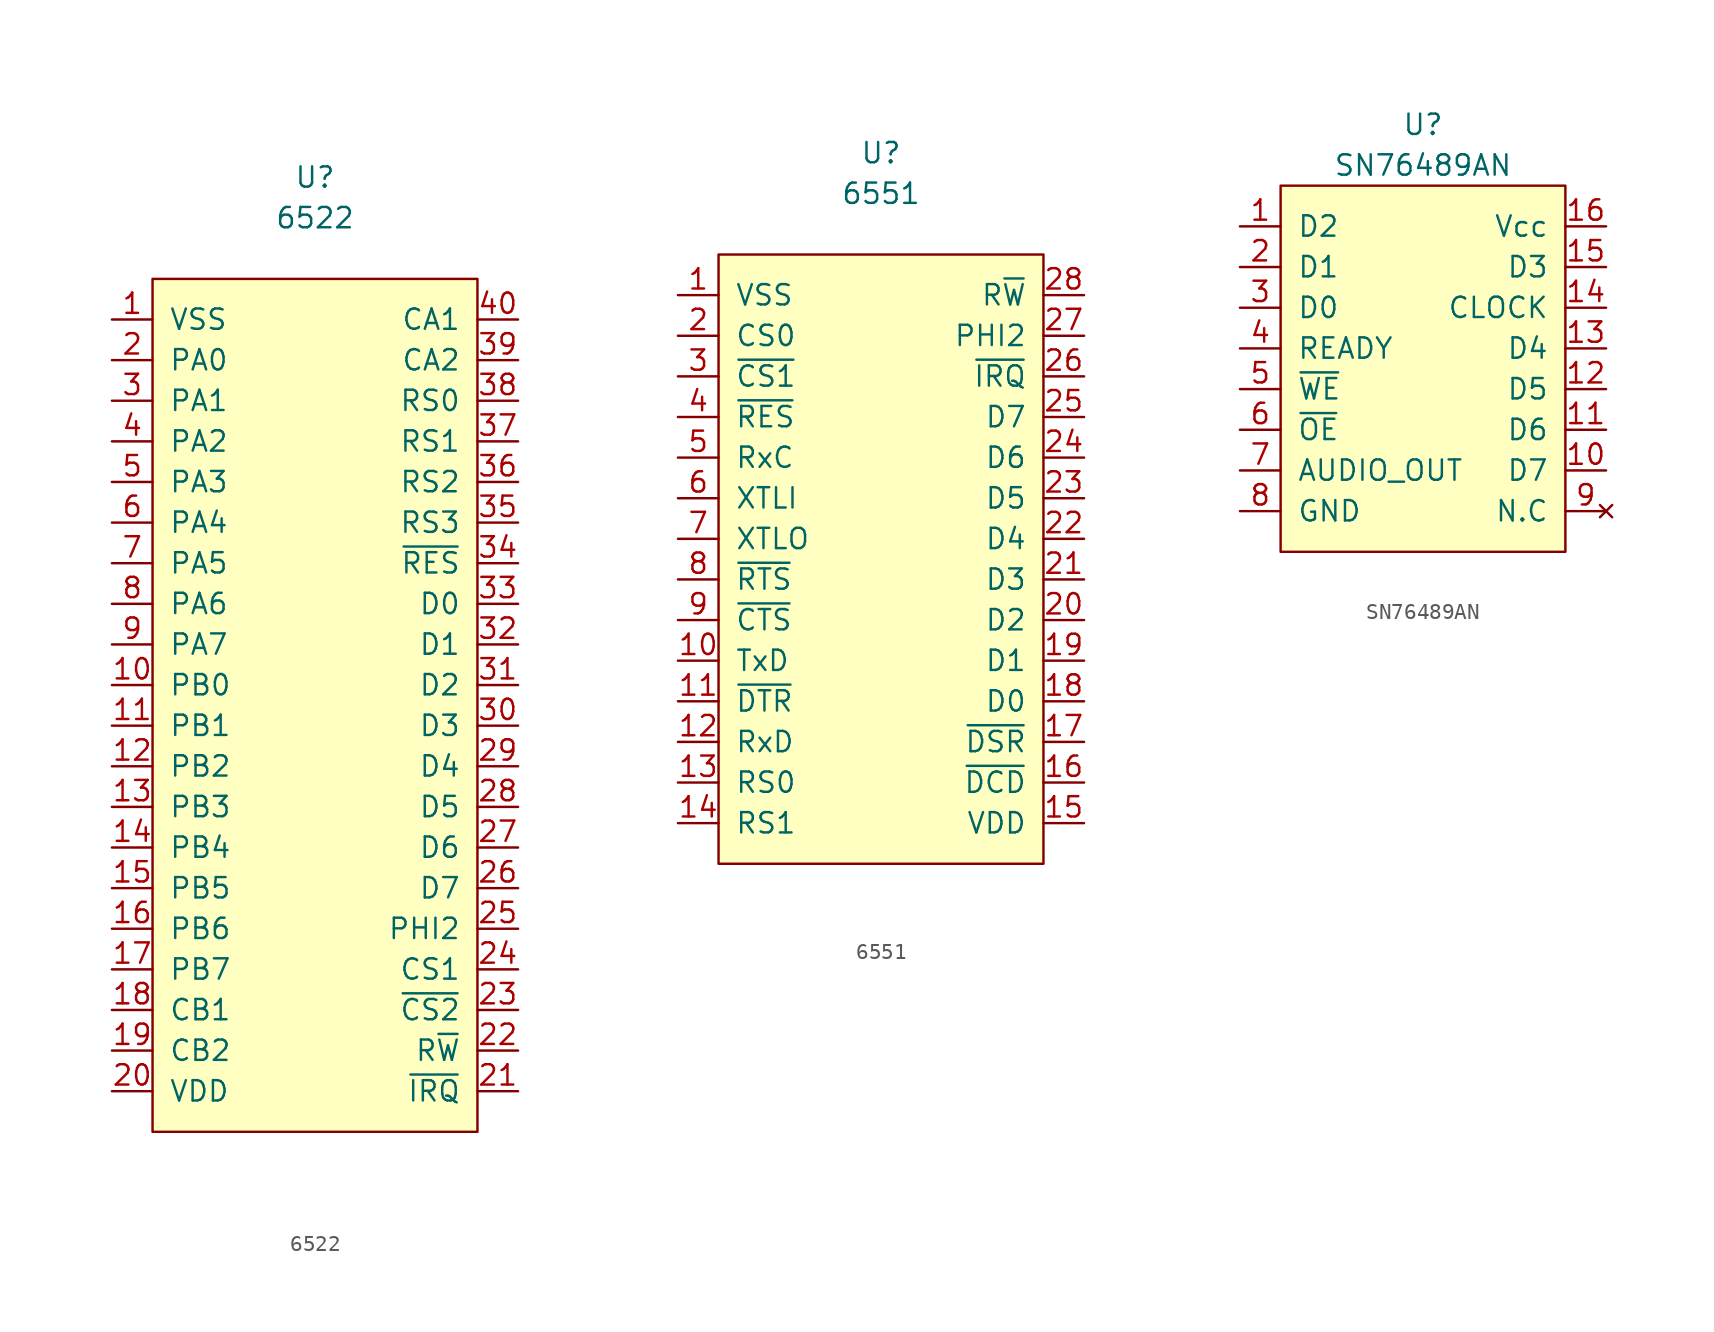
<source format=kicad_sym>
(kicad_symbol_lib
  (version 20220914)
  (generator kicad_symbol_editor)
  (symbol "6522"
    (pin_names
      (offset 1.016))
    (property "Reference" "U"
      (at 0 31.75 0)
      (effects (font (size 1.27 1.27))))
    (property "Value" "6522"
      (at 0 29.21 0)
      (effects (font (size 1.27 1.27))))
    (symbol "6522_1_1"
      (rectangle (start -10.16 25.4) (end 10.16 -27.94) (stroke (width 0) (type solid)) (fill (type background)))
      (pin power_in line (at -12.7 22.86 0) (length 2.54) (name "VSS" (effects (font (size 1.27 1.27)))) (number "1" (effects (font (size 1.27 1.27)))))
      (pin bidirectional line (at -12.7 0 0) (length 2.54) (name "PB0" (effects (font (size 1.27 1.27)))) (number "10" (effects (font (size 1.27 1.27)))))
      (pin bidirectional line (at -12.7 -2.54 0) (length 2.54) (name "PB1" (effects (font (size 1.27 1.27)))) (number "11" (effects (font (size 1.27 1.27)))))
      (pin bidirectional line (at -12.7 -5.08 0) (length 2.54) (name "PB2" (effects (font (size 1.27 1.27)))) (number "12" (effects (font (size 1.27 1.27)))))
      (pin bidirectional line (at -12.7 -7.62 0) (length 2.54) (name "PB3" (effects (font (size 1.27 1.27)))) (number "13" (effects (font (size 1.27 1.27)))))
      (pin bidirectional line (at -12.7 -10.16 0) (length 2.54) (name "PB4" (effects (font (size 1.27 1.27)))) (number "14" (effects (font (size 1.27 1.27)))))
      (pin bidirectional line (at -12.7 -12.7 0) (length 2.54) (name "PB5" (effects (font (size 1.27 1.27)))) (number "15" (effects (font (size 1.27 1.27)))))
      (pin bidirectional line (at -12.7 -15.24 0) (length 2.54) (name "PB6" (effects (font (size 1.27 1.27)))) (number "16" (effects (font (size 1.27 1.27)))))
      (pin bidirectional line (at -12.7 -17.78 0) (length 2.54) (name "PB7" (effects (font (size 1.27 1.27)))) (number "17" (effects (font (size 1.27 1.27)))))
      (pin bidirectional line (at -12.7 -20.32 0) (length 2.54) (name "CB1" (effects (font (size 1.27 1.27)))) (number "18" (effects (font (size 1.27 1.27)))))
      (pin bidirectional line (at -12.7 -22.86 0) (length 2.54) (name "CB2" (effects (font (size 1.27 1.27)))) (number "19" (effects (font (size 1.27 1.27)))))
      (pin bidirectional line (at -12.7 20.32 0) (length 2.54) (name "PA0" (effects (font (size 1.27 1.27)))) (number "2" (effects (font (size 1.27 1.27)))))
      (pin power_in line (at -12.7 -25.4 0) (length 2.54) (name "VDD" (effects (font (size 1.27 1.27)))) (number "20" (effects (font (size 1.27 1.27)))))
      (pin output line (at 12.7 -25.4 180) (length 2.54) (name "~{IRQ}" (effects (font (size 1.27 1.27)))) (number "21" (effects (font (size 1.27 1.27)))))
      (pin input line (at 12.7 -22.86 180) (length 2.54) (name "R~{W}" (effects (font (size 1.27 1.27)))) (number "22" (effects (font (size 1.27 1.27)))))
      (pin input line (at 12.7 -20.32 180) (length 2.54) (name "~{CS2}" (effects (font (size 1.27 1.27)))) (number "23" (effects (font (size 1.27 1.27)))))
      (pin input line (at 12.7 -17.78 180) (length 2.54) (name "CS1" (effects (font (size 1.27 1.27)))) (number "24" (effects (font (size 1.27 1.27)))))
      (pin input line (at 12.7 -15.24 180) (length 2.54) (name "PHI2" (effects (font (size 1.27 1.27)))) (number "25" (effects (font (size 1.27 1.27)))))
      (pin bidirectional line (at 12.7 -12.7 180) (length 2.54) (name "D7" (effects (font (size 1.27 1.27)))) (number "26" (effects (font (size 1.27 1.27)))))
      (pin bidirectional line (at 12.7 -10.16 180) (length 2.54) (name "D6" (effects (font (size 1.27 1.27)))) (number "27" (effects (font (size 1.27 1.27)))))
      (pin bidirectional line (at 12.7 -7.62 180) (length 2.54) (name "D5" (effects (font (size 1.27 1.27)))) (number "28" (effects (font (size 1.27 1.27)))))
      (pin bidirectional line (at 12.7 -5.08 180) (length 2.54) (name "D4" (effects (font (size 1.27 1.27)))) (number "29" (effects (font (size 1.27 1.27)))))
      (pin bidirectional line (at -12.7 17.78 0) (length 2.54) (name "PA1" (effects (font (size 1.27 1.27)))) (number "3" (effects (font (size 1.27 1.27)))))
      (pin bidirectional line (at 12.7 -2.54 180) (length 2.54) (name "D3" (effects (font (size 1.27 1.27)))) (number "30" (effects (font (size 1.27 1.27)))))
      (pin bidirectional line (at 12.7 0 180) (length 2.54) (name "D2" (effects (font (size 1.27 1.27)))) (number "31" (effects (font (size 1.27 1.27)))))
      (pin bidirectional line (at 12.7 2.54 180) (length 2.54) (name "D1" (effects (font (size 1.27 1.27)))) (number "32" (effects (font (size 1.27 1.27)))))
      (pin bidirectional line (at 12.7 5.08 180) (length 2.54) (name "D0" (effects (font (size 1.27 1.27)))) (number "33" (effects (font (size 1.27 1.27)))))
      (pin input line (at 12.7 7.62 180) (length 2.54) (name "~{RES}" (effects (font (size 1.27 1.27)))) (number "34" (effects (font (size 1.27 1.27)))))
      (pin input line (at 12.7 10.16 180) (length 2.54) (name "RS3" (effects (font (size 1.27 1.27)))) (number "35" (effects (font (size 1.27 1.27)))))
      (pin input line (at 12.7 12.7 180) (length 2.54) (name "RS2" (effects (font (size 1.27 1.27)))) (number "36" (effects (font (size 1.27 1.27)))))
      (pin input line (at 12.7 15.24 180) (length 2.54) (name "RS1" (effects (font (size 1.27 1.27)))) (number "37" (effects (font (size 1.27 1.27)))))
      (pin input line (at 12.7 17.78 180) (length 2.54) (name "RS0" (effects (font (size 1.27 1.27)))) (number "38" (effects (font (size 1.27 1.27)))))
      (pin bidirectional line (at 12.7 20.32 180) (length 2.54) (name "CA2" (effects (font (size 1.27 1.27)))) (number "39" (effects (font (size 1.27 1.27)))))
      (pin bidirectional line (at -12.7 15.24 0) (length 2.54) (name "PA2" (effects (font (size 1.27 1.27)))) (number "4" (effects (font (size 1.27 1.27)))))
      (pin bidirectional line (at 12.7 22.86 180) (length 2.54) (name "CA1" (effects (font (size 1.27 1.27)))) (number "40" (effects (font (size 1.27 1.27)))))
      (pin bidirectional line (at -12.7 12.7 0) (length 2.54) (name "PA3" (effects (font (size 1.27 1.27)))) (number "5" (effects (font (size 1.27 1.27)))))
      (pin bidirectional line (at -12.7 10.16 0) (length 2.54) (name "PA4" (effects (font (size 1.27 1.27)))) (number "6" (effects (font (size 1.27 1.27)))))
      (pin bidirectional line (at -12.7 7.62 0) (length 2.54) (name "PA5" (effects (font (size 1.27 1.27)))) (number "7" (effects (font (size 1.27 1.27)))))
      (pin bidirectional line (at -12.7 5.08 0) (length 2.54) (name "PA6" (effects (font (size 1.27 1.27)))) (number "8" (effects (font (size 1.27 1.27)))))
      (pin bidirectional line (at -12.7 2.54 0) (length 2.54) (name "PA7" (effects (font (size 1.27 1.27)))) (number "9" (effects (font (size 1.27 1.27)))))))
  (symbol "6551"
    (pin_names
      (offset 1.016))
    (property "Reference" "U"
      (at 0 25.4 0)
      (effects (font (size 1.27 1.27))))
    (property "Value" "6551"
      (at 0 22.86 0)
      (effects (font (size 1.27 1.27))))
    (symbol "6551_0_1"
      (rectangle (start -10.16 19.05) (end 10.16 -19.05) (stroke (width 0) (type solid)) (fill (type background))))
    (symbol "6551_1_1"
      (pin power_in line (at -12.7 16.51 0) (length 2.54) (name "VSS" (effects (font (size 1.27 1.27)))) (number "1" (effects (font (size 1.27 1.27)))))
      (pin output line (at -12.7 -6.35 0) (length 2.54) (name "TxD" (effects (font (size 1.27 1.27)))) (number "10" (effects (font (size 1.27 1.27)))))
      (pin output line (at -12.7 -8.89 0) (length 2.54) (name "~{DTR}" (effects (font (size 1.27 1.27)))) (number "11" (effects (font (size 1.27 1.27)))))
      (pin input line (at -12.7 -11.43 0) (length 2.54) (name "RxD" (effects (font (size 1.27 1.27)))) (number "12" (effects (font (size 1.27 1.27)))))
      (pin input line (at -12.7 -13.97 0) (length 2.54) (name "RS0" (effects (font (size 1.27 1.27)))) (number "13" (effects (font (size 1.27 1.27)))))
      (pin input line (at -12.7 -16.51 0) (length 2.54) (name "RS1" (effects (font (size 1.27 1.27)))) (number "14" (effects (font (size 1.27 1.27)))))
      (pin power_in line (at 12.7 -16.51 180) (length 2.54) (name "VDD" (effects (font (size 1.27 1.27)))) (number "15" (effects (font (size 1.27 1.27)))))
      (pin input line (at 12.7 -13.97 180) (length 2.54) (name "~{DCD}" (effects (font (size 1.27 1.27)))) (number "16" (effects (font (size 1.27 1.27)))))
      (pin input line (at 12.7 -11.43 180) (length 2.54) (name "~{DSR}" (effects (font (size 1.27 1.27)))) (number "17" (effects (font (size 1.27 1.27)))))
      (pin bidirectional line (at 12.7 -8.89 180) (length 2.54) (name "D0" (effects (font (size 1.27 1.27)))) (number "18" (effects (font (size 1.27 1.27)))))
      (pin bidirectional line (at 12.7 -6.35 180) (length 2.54) (name "D1" (effects (font (size 1.27 1.27)))) (number "19" (effects (font (size 1.27 1.27)))))
      (pin input line (at -12.7 13.97 0) (length 2.54) (name "CS0" (effects (font (size 1.27 1.27)))) (number "2" (effects (font (size 1.27 1.27)))))
      (pin bidirectional line (at 12.7 -3.81 180) (length 2.54) (name "D2" (effects (font (size 1.27 1.27)))) (number "20" (effects (font (size 1.27 1.27)))))
      (pin bidirectional line (at 12.7 -1.27 180) (length 2.54) (name "D3" (effects (font (size 1.27 1.27)))) (number "21" (effects (font (size 1.27 1.27)))))
      (pin bidirectional line (at 12.7 1.27 180) (length 2.54) (name "D4" (effects (font (size 1.27 1.27)))) (number "22" (effects (font (size 1.27 1.27)))))
      (pin bidirectional line (at 12.7 3.81 180) (length 2.54) (name "D5" (effects (font (size 1.27 1.27)))) (number "23" (effects (font (size 1.27 1.27)))))
      (pin bidirectional line (at 12.7 6.35 180) (length 2.54) (name "D6" (effects (font (size 1.27 1.27)))) (number "24" (effects (font (size 1.27 1.27)))))
      (pin bidirectional line (at 12.7 8.89 180) (length 2.54) (name "D7" (effects (font (size 1.27 1.27)))) (number "25" (effects (font (size 1.27 1.27)))))
      (pin output line (at 12.7 11.43 180) (length 2.54) (name "~{IRQ}" (effects (font (size 1.27 1.27)))) (number "26" (effects (font (size 1.27 1.27)))))
      (pin input line (at 12.7 13.97 180) (length 2.54) (name "PHI2" (effects (font (size 1.27 1.27)))) (number "27" (effects (font (size 1.27 1.27)))))
      (pin input line (at 12.7 16.51 180) (length 2.54) (name "R~{W}" (effects (font (size 1.27 1.27)))) (number "28" (effects (font (size 1.27 1.27)))))
      (pin input line (at -12.7 11.43 0) (length 2.54) (name "~{CS1}" (effects (font (size 1.27 1.27)))) (number "3" (effects (font (size 1.27 1.27)))))
      (pin input line (at -12.7 8.89 0) (length 2.54) (name "~{RES}" (effects (font (size 1.27 1.27)))) (number "4" (effects (font (size 1.27 1.27)))))
      (pin bidirectional line (at -12.7 6.35 0) (length 2.54) (name "RxC" (effects (font (size 1.27 1.27)))) (number "5" (effects (font (size 1.27 1.27)))))
      (pin input line (at -12.7 3.81 0) (length 2.54) (name "XTLI" (effects (font (size 1.27 1.27)))) (number "6" (effects (font (size 1.27 1.27)))))
      (pin output line (at -12.7 1.27 0) (length 2.54) (name "XTLO" (effects (font (size 1.27 1.27)))) (number "7" (effects (font (size 1.27 1.27)))))
      (pin output line (at -12.7 -1.27 0) (length 2.54) (name "~{RTS}" (effects (font (size 1.27 1.27)))) (number "8" (effects (font (size 1.27 1.27)))))
      (pin input line (at -12.7 -3.81 0) (length 2.54) (name "~{CTS}" (effects (font (size 1.27 1.27)))) (number "9" (effects (font (size 1.27 1.27)))))))
  (symbol "SN76489AN"
    (pin_names
      (offset 1.016))
    (property "Reference" "U"
      (at 0 0 0)
      (effects (font (size 1.27 1.27))))
    (property "Value" "SN76489AN"
      (at 0 -2.54 0)
      (effects (font (size 1.27 1.27))))
    (symbol "SN76489AN_0_1"
      (rectangle (start -8.89 -3.81) (end 8.89 -26.67) (stroke (width 0) (type solid)) (fill (type background))))
    (symbol "SN76489AN_1_1"
      (pin bidirectional line (at -11.43 -6.35 0) (length 2.54) (name "D2" (effects (font (size 1.27 1.27)))) (number "1" (effects (font (size 1.27 1.27)))))
      (pin bidirectional line (at 11.43 -21.59 180) (length 2.54) (name "D7" (effects (font (size 1.27 1.27)))) (number "10" (effects (font (size 1.27 1.27)))))
      (pin bidirectional line (at 11.43 -19.05 180) (length 2.54) (name "D6" (effects (font (size 1.27 1.27)))) (number "11" (effects (font (size 1.27 1.27)))))
      (pin bidirectional line (at 11.43 -16.51 180) (length 2.54) (name "D5" (effects (font (size 1.27 1.27)))) (number "12" (effects (font (size 1.27 1.27)))))
      (pin bidirectional line (at 11.43 -13.97 180) (length 2.54) (name "D4" (effects (font (size 1.27 1.27)))) (number "13" (effects (font (size 1.27 1.27)))))
      (pin bidirectional line (at 11.43 -11.43 180) (length 2.54) (name "CLOCK" (effects (font (size 1.27 1.27)))) (number "14" (effects (font (size 1.27 1.27)))))
      (pin bidirectional line (at 11.43 -8.89 180) (length 2.54) (name "D3" (effects (font (size 1.27 1.27)))) (number "15" (effects (font (size 1.27 1.27)))))
      (pin power_in line (at 11.43 -6.35 180) (length 2.54) (name "Vcc" (effects (font (size 1.27 1.27)))) (number "16" (effects (font (size 1.27 1.27)))))
      (pin bidirectional line (at -11.43 -8.89 0) (length 2.54) (name "D1" (effects (font (size 1.27 1.27)))) (number "2" (effects (font (size 1.27 1.27)))))
      (pin bidirectional line (at -11.43 -11.43 0) (length 2.54) (name "D0" (effects (font (size 1.27 1.27)))) (number "3" (effects (font (size 1.27 1.27)))))
      (pin output line (at -11.43 -13.97 0) (length 2.54) (name "READY" (effects (font (size 1.27 1.27)))) (number "4" (effects (font (size 1.27 1.27)))))
      (pin input line (at -11.43 -16.51 0) (length 2.54) (name "~{WE}" (effects (font (size 1.27 1.27)))) (number "5" (effects (font (size 1.27 1.27)))))
      (pin input line (at -11.43 -19.05 0) (length 2.54) (name "~{OE}" (effects (font (size 1.27 1.27)))) (number "6" (effects (font (size 1.27 1.27)))))
      (pin output line (at -11.43 -21.59 0) (length 2.54) (name "AUDIO_OUT" (effects (font (size 1.27 1.27)))) (number "7" (effects (font (size 1.27 1.27)))))
      (pin power_in line (at -11.43 -24.13 0) (length 2.54) (name "GND" (effects (font (size 1.27 1.27)))) (number "8" (effects (font (size 1.27 1.27)))))
      (pin no_connect line (at 11.43 -24.13 180) (length 2.54) (name "N.C" (effects (font (size 1.27 1.27)))) (number "9" (effects (font (size 1.27 1.27))))))))
</source>
